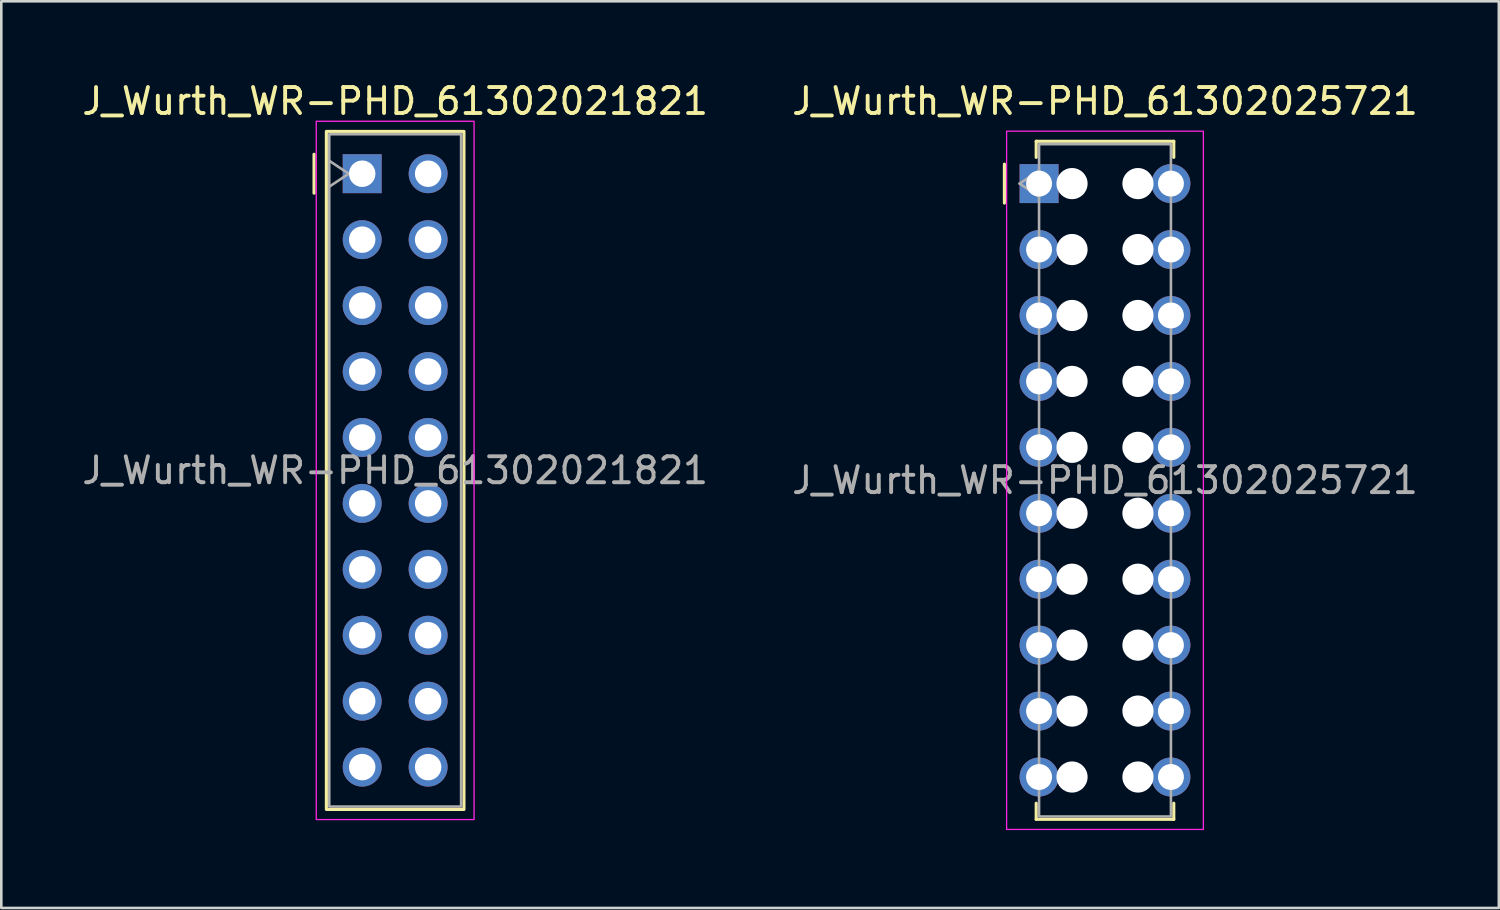
<source format=kicad_pcb>
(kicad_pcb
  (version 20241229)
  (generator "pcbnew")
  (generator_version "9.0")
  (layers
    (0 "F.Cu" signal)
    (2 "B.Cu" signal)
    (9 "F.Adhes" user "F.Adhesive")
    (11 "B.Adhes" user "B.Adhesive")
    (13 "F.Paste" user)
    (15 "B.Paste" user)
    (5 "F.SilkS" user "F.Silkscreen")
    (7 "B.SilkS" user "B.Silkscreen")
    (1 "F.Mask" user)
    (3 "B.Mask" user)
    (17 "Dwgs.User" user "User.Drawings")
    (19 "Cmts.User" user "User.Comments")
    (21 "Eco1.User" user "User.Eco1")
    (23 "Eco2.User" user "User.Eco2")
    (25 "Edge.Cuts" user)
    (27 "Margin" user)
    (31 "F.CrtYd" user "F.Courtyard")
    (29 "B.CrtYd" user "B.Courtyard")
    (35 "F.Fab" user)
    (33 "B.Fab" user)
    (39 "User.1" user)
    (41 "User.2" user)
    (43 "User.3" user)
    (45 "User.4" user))
  (footprint "J_Wurth_WR-PHD_61302021821"
    (layer "F.Cu")
    (at 10.903 3.642)
    (property "Reference" "J_Wurth_WR-PHD_61302021821" (at 1.27 -2.794 0) (unlocked yes) (layer "F.SilkS") (effects (font (size 1 1) (thickness 0.15))))
    (attr through_hole)
    (fp_line (start -1.855 -0.75) (end -1.855 0.75) (stroke (width 0.12) (type solid)) (layer "F.SilkS"))
    (fp_rect (start -1.38 -1.63) (end 3.92 24.49) (stroke (width 0.12) (type solid)) (fill no) (layer "F.SilkS"))
    (fp_rect (start -1.77 -2.02) (end 4.31 24.88) (stroke (width 0.05) (type solid)) (fill no) (layer "F.CrtYd"))
    (fp_line (start -1.27 -0.5) (end -0.52 0) (stroke (width 0.1) (type solid)) (layer "F.Fab"))
    (fp_line (start -0.52 0) (end -1.27 0.5) (stroke (width 0.1) (type solid)) (layer "F.Fab"))
    (fp_rect (start -1.27 -1.52) (end 3.81 24.38) (stroke (width 0.1) (type solid)) (fill no) (layer "F.Fab"))
    (fp_text user "${REFERENCE}" (at 1.27 11.43 0) (unlocked yes) (layer "F.Fab") (effects (font (size 1 1) (thickness 0.15))))
    (pad "1" thru_hole rect (at 0 0) (size 1.5 1.5) (drill 1.02) (layers "*.Cu" "*.Mask"))
    (pad "2" thru_hole circle (at 2.54 0) (size 1.5 1.5) (drill 1.02) (layers "*.Cu" "*.Mask"))
    (pad "3" thru_hole circle (at 0 2.54) (size 1.5 1.5) (drill 1.02) (layers "*.Cu" "*.Mask"))
    (pad "4" thru_hole circle (at 2.54 2.54) (size 1.5 1.5) (drill 1.02) (layers "*.Cu" "*.Mask"))
    (pad "5" thru_hole circle (at 0 5.08) (size 1.5 1.5) (drill 1.02) (layers "*.Cu" "*.Mask"))
    (pad "6" thru_hole circle (at 2.54 5.08) (size 1.5 1.5) (drill 1.02) (layers "*.Cu" "*.Mask"))
    (pad "7" thru_hole circle (at 0 7.62) (size 1.5 1.5) (drill 1.02) (layers "*.Cu" "*.Mask"))
    (pad "8" thru_hole circle (at 2.54 7.62) (size 1.5 1.5) (drill 1.02) (layers "*.Cu" "*.Mask"))
    (pad "9" thru_hole circle (at 0 10.16) (size 1.5 1.5) (drill 1.02) (layers "*.Cu" "*.Mask"))
    (pad "10" thru_hole circle (at 2.54 10.16) (size 1.5 1.5) (drill 1.02) (layers "*.Cu" "*.Mask"))
    (pad "11" thru_hole circle (at 0 12.7) (size 1.5 1.5) (drill 1.02) (layers "*.Cu" "*.Mask"))
    (pad "12" thru_hole circle (at 2.54 12.7) (size 1.5 1.5) (drill 1.02) (layers "*.Cu" "*.Mask"))
    (pad "13" thru_hole circle (at 0 15.24) (size 1.5 1.5) (drill 1.02) (layers "*.Cu" "*.Mask"))
    (pad "14" thru_hole circle (at 2.54 15.24) (size 1.5 1.5) (drill 1.02) (layers "*.Cu" "*.Mask"))
    (pad "15" thru_hole circle (at 0 17.78) (size 1.5 1.5) (drill 1.02) (layers "*.Cu" "*.Mask"))
    (pad "16" thru_hole circle (at 2.54 17.78) (size 1.5 1.5) (drill 1.02) (layers "*.Cu" "*.Mask"))
    (pad "17" thru_hole circle (at 0 20.32) (size 1.5 1.5) (drill 1.02) (layers "*.Cu" "*.Mask"))
    (pad "18" thru_hole circle (at 2.54 20.32) (size 1.5 1.5) (drill 1.02) (layers "*.Cu" "*.Mask"))
    (pad "19" thru_hole circle (at 0 22.86) (size 1.5 1.5) (drill 1.02) (layers "*.Cu" "*.Mask"))
    (pad "20" thru_hole circle (at 2.54 22.86) (size 1.5 1.5) (drill 1.02) (layers "*.Cu" "*.Mask")))
  (footprint "J_Wurth_WR-PHD_61302025721"
    (layer "F.Cu")
    (at 36.978 4.023)
    (property "Reference" "J_Wurth_WR-PHD_61302025721" (at 2.54 -3.175 0) (unlocked yes) (layer "F.SilkS") (effects (font (size 1 1) (thickness 0.15))))
    (attr through_hole)
    (fp_line (start -1.335 -0.75) (end -1.335 0.75) (stroke (width 0.12) (type solid)) (layer "F.SilkS"))
    (fp_line (start -0.11 -1.63) (end -0.11 -1.01) (stroke (width 0.12) (type solid)) (layer "F.SilkS"))
    (fp_line (start -0.11 24.49) (end -0.11 23.87) (stroke (width 0.12) (type solid)) (layer "F.SilkS"))
    (fp_line (start 5.19 -1.63) (end -0.11 -1.63) (stroke (width 0.12) (type solid)) (layer "F.SilkS"))
    (fp_line (start 5.19 -1.63) (end 5.19 -1.01) (stroke (width 0.12) (type solid)) (layer "F.SilkS"))
    (fp_line (start 5.19 24.49) (end -0.11 24.49) (stroke (width 0.12) (type solid)) (layer "F.SilkS"))
    (fp_line (start 5.19 24.49) (end 5.19 23.87) (stroke (width 0.12) (type solid)) (layer "F.SilkS"))
    (fp_rect (start -1.25 -2.02) (end 6.33 24.88) (stroke (width 0.05) (type solid)) (fill no) (layer "F.CrtYd"))
    (fp_line (start -0.75 0) (end 0 -0.5) (stroke (width 0.1) (type solid)) (layer "F.Fab"))
    (fp_line (start 0 0.5) (end -0.75 0) (stroke (width 0.1) (type solid)) (layer "F.Fab"))
    (fp_rect (start 0 -1.52) (end 5.08 24.38) (stroke (width 0.1) (type solid)) (fill no) (layer "F.Fab"))
    (fp_text user "${REFERENCE}" (at 2.54 11.43 0) (unlocked yes) (layer "F.Fab") (effects (font (size 1 1) (thickness 0.15))))
    (pad "" np_thru_hole circle (at 1.27 0 270) (size 1.2 1.2) (drill 1.2) (layers "*.Cu" "*.Mask"))
    (pad "" np_thru_hole circle (at 1.27 2.54 270) (size 1.2 1.2) (drill 1.2) (layers "*.Cu" "*.Mask"))
    (pad "" np_thru_hole circle (at 1.27 5.08 270) (size 1.2 1.2) (drill 1.2) (layers "*.Cu" "*.Mask"))
    (pad "" np_thru_hole circle (at 1.27 7.62 270) (size 1.2 1.2) (drill 1.2) (layers "*.Cu" "*.Mask"))
    (pad "" np_thru_hole circle (at 1.27 10.16 270) (size 1.2 1.2) (drill 1.2) (layers "*.Cu" "*.Mask"))
    (pad "" np_thru_hole circle (at 1.27 12.7 270) (size 1.2 1.2) (drill 1.2) (layers "*.Cu" "*.Mask"))
    (pad "" np_thru_hole circle (at 1.27 15.24 270) (size 1.2 1.2) (drill 1.2) (layers "*.Cu" "*.Mask"))
    (pad "" np_thru_hole circle (at 1.27 17.78 270) (size 1.2 1.2) (drill 1.2) (layers "*.Cu" "*.Mask"))
    (pad "" np_thru_hole circle (at 1.27 20.32 270) (size 1.2 1.2) (drill 1.2) (layers "*.Cu" "*.Mask"))
    (pad "" np_thru_hole circle (at 1.27 22.86 270) (size 1.2 1.2) (drill 1.2) (layers "*.Cu" "*.Mask"))
    (pad "" np_thru_hole circle (at 3.81 0 270) (size 1.2 1.2) (drill 1.2) (layers "*.Cu" "*.Mask"))
    (pad "" np_thru_hole circle (at 3.81 2.54 270) (size 1.2 1.2) (drill 1.2) (layers "*.Cu" "*.Mask"))
    (pad "" np_thru_hole circle (at 3.81 5.08 270) (size 1.2 1.2) (drill 1.2) (layers "*.Cu" "*.Mask"))
    (pad "" np_thru_hole circle (at 3.81 7.62 270) (size 1.2 1.2) (drill 1.2) (layers "*.Cu" "*.Mask"))
    (pad "" np_thru_hole circle (at 3.81 10.16 270) (size 1.2 1.2) (drill 1.2) (layers "*.Cu" "*.Mask"))
    (pad "" np_thru_hole circle (at 3.81 12.7 270) (size 1.2 1.2) (drill 1.2) (layers "*.Cu" "*.Mask"))
    (pad "" np_thru_hole circle (at 3.81 15.24 270) (size 1.2 1.2) (drill 1.2) (layers "*.Cu" "*.Mask"))
    (pad "" np_thru_hole circle (at 3.81 17.78 270) (size 1.2 1.2) (drill 1.2) (layers "*.Cu" "*.Mask"))
    (pad "" np_thru_hole circle (at 3.81 20.32 270) (size 1.2 1.2) (drill 1.2) (layers "*.Cu" "*.Mask"))
    (pad "" np_thru_hole circle (at 3.81 22.86 270) (size 1.2 1.2) (drill 1.2) (layers "*.Cu" "*.Mask"))
    (pad "1" thru_hole rect (at 0 0 270) (size 1.5 1.5) (drill 1) (layers "*.Cu" "*.Mask"))
    (pad "2" thru_hole circle (at 5.08 0 270) (size 1.5 1.5) (drill 1) (layers "*.Cu" "*.Mask"))
    (pad "3" thru_hole circle (at 0 2.54 270) (size 1.5 1.5) (drill 1) (layers "*.Cu" "*.Mask"))
    (pad "4" thru_hole circle (at 5.08 2.54 270) (size 1.5 1.5) (drill 1) (layers "*.Cu" "*.Mask"))
    (pad "5" thru_hole circle (at 0 5.08 270) (size 1.5 1.5) (drill 1) (layers "*.Cu" "*.Mask"))
    (pad "6" thru_hole circle (at 5.08 5.08 270) (size 1.5 1.5) (drill 1) (layers "*.Cu" "*.Mask"))
    (pad "7" thru_hole circle (at 0 7.62 270) (size 1.5 1.5) (drill 1) (layers "*.Cu" "*.Mask"))
    (pad "8" thru_hole circle (at 5.08 7.62 270) (size 1.5 1.5) (drill 1) (layers "*.Cu" "*.Mask"))
    (pad "9" thru_hole circle (at 0 10.16 270) (size 1.5 1.5) (drill 1) (layers "*.Cu" "*.Mask"))
    (pad "10" thru_hole circle (at 5.08 10.16 270) (size 1.5 1.5) (drill 1) (layers "*.Cu" "*.Mask"))
    (pad "11" thru_hole circle (at 0 12.7 270) (size 1.5 1.5) (drill 1) (layers "*.Cu" "*.Mask"))
    (pad "12" thru_hole circle (at 5.08 12.7 270) (size 1.5 1.5) (drill 1) (layers "*.Cu" "*.Mask"))
    (pad "13" thru_hole circle (at 0 15.24 270) (size 1.5 1.5) (drill 1) (layers "*.Cu" "*.Mask"))
    (pad "14" thru_hole circle (at 5.08 15.24 270) (size 1.5 1.5) (drill 1) (layers "*.Cu" "*.Mask"))
    (pad "15" thru_hole circle (at 0 17.78 270) (size 1.5 1.5) (drill 1) (layers "*.Cu" "*.Mask"))
    (pad "16" thru_hole circle (at 5.08 17.78 270) (size 1.5 1.5) (drill 1) (layers "*.Cu" "*.Mask"))
    (pad "17" thru_hole circle (at 0 20.32 270) (size 1.5 1.5) (drill 1) (layers "*.Cu" "*.Mask"))
    (pad "18" thru_hole circle (at 5.08 20.32 270) (size 1.5 1.5) (drill 1) (layers "*.Cu" "*.Mask"))
    (pad "19" thru_hole circle (at 0 22.86 270) (size 1.5 1.5) (drill 1) (layers "*.Cu" "*.Mask"))
    (pad "20" thru_hole circle (at 5.08 22.86 270) (size 1.5 1.5) (drill 1) (layers "*.Cu" "*.Mask")))
  (gr_rect
    (start -3 -3)
    (end 54.69 31.928)
    (stroke (width 0.1) (type default))
    (fill no)
    (layer "Edge.Cuts")))
</source>
